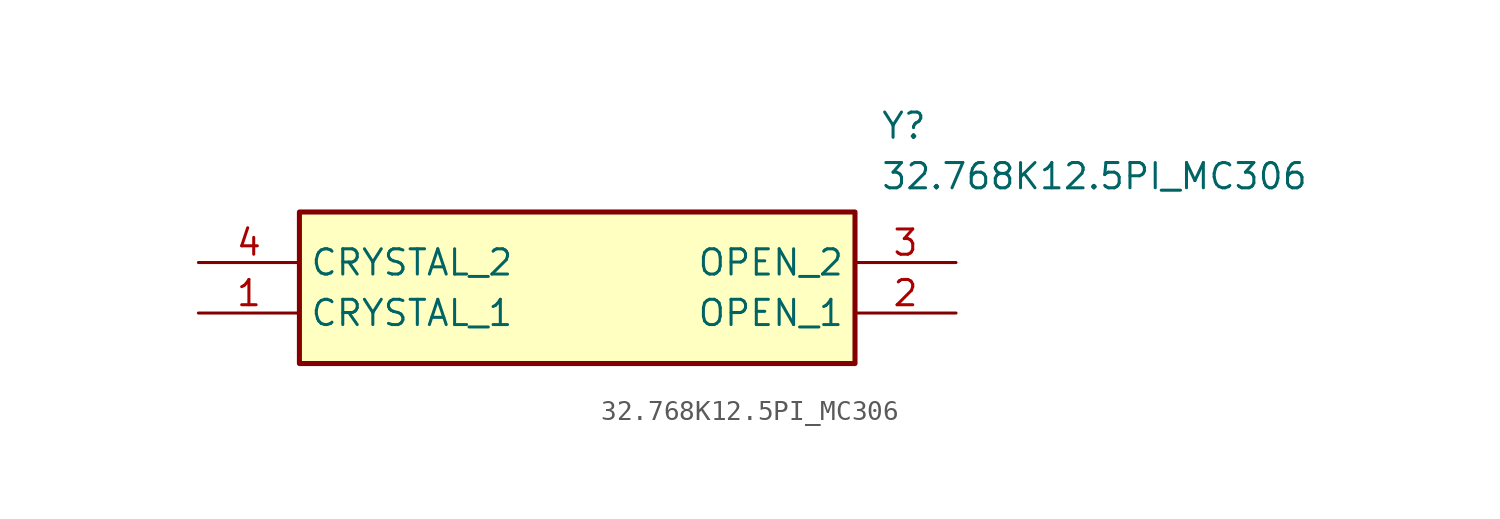
<source format=kicad_sym>
(kicad_symbol_lib
  (version 20211014)
  (generator SamacSys_ECAD_Model)
  (symbol "32.768K12.5PI_MC306"
    (property "Reference" "Y"
      (at 34.29 7.62 0)
      (effects (font (size 1.27 1.27)) (justify left top)))
    (property "Value" "32.768K12.5PI_MC306"
      (at 34.29 5.08 0)
      (effects (font (size 1.27 1.27)) (justify left top)))
    (rectangle
      (start 5.08 2.54)
      (end 33.02 -5.08)
      (stroke (width 0.254) (type default))
      (fill (type background)))
    (pin passive line
      (at 0 -2.54 0)
      (length 5.08)
      (name "CRYSTAL_1" (effects (font (size 1.27 1.27))))
      (number "1" (effects (font (size 1.27 1.27)))))
    (pin passive line
      (at 38.1 -2.54 180)
      (length 5.08)
      (name "OPEN_1" (effects (font (size 1.27 1.27))))
      (number "2" (effects (font (size 1.27 1.27)))))
    (pin passive line
      (at 38.1 0 180)
      (length 5.08)
      (name "OPEN_2" (effects (font (size 1.27 1.27))))
      (number "3" (effects (font (size 1.27 1.27)))))
    (pin passive line
      (at 0 0 0)
      (length 5.08)
      (name "CRYSTAL_2" (effects (font (size 1.27 1.27))))
      (number "4" (effects (font (size 1.27 1.27)))))))
</source>
